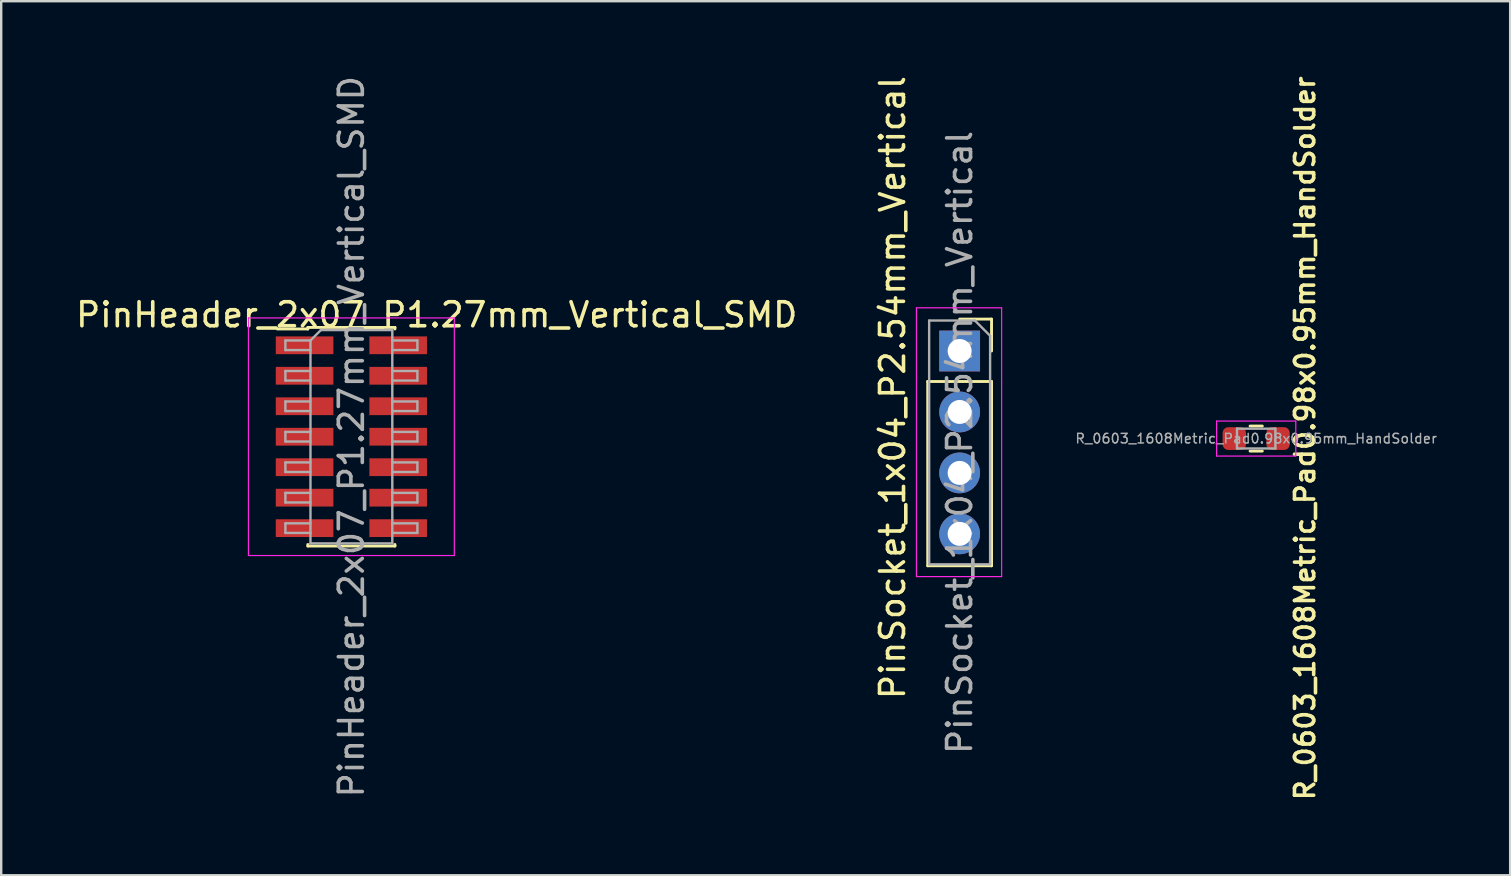
<source format=kicad_pcb>
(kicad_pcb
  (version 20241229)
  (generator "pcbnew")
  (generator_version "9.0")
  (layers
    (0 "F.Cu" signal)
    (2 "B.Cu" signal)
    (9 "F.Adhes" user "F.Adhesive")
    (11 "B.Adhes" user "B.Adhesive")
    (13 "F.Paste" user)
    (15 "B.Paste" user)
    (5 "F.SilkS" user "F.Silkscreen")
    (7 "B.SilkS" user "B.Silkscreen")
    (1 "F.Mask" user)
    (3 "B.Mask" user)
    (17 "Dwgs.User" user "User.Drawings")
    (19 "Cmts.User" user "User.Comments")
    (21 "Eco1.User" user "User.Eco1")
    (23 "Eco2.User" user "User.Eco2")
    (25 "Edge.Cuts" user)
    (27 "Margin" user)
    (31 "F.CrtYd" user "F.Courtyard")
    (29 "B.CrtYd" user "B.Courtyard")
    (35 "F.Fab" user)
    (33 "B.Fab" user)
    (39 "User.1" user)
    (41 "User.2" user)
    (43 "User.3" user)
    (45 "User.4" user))
  (footprint "PinSocket_1x04_P2.54mm_Vertical"
    (layer "F.Cu")
    (at 36.94 11.577)
    (property "Reference" "PinSocket_1x04_P2.54mm_Vertical" (at -2.794 1.524 270) (layer "F.SilkS") (effects (font (size 1 1) (thickness 0.15))))
    (attr through_hole)
    (fp_line (start -1.33 1.27) (end -1.33 8.95) (stroke (width 0.12) (type solid)) (layer "F.SilkS"))
    (fp_line (start -1.33 1.27) (end 1.33 1.27) (stroke (width 0.12) (type solid)) (layer "F.SilkS"))
    (fp_line (start -1.33 8.95) (end 1.33 8.95) (stroke (width 0.12) (type solid)) (layer "F.SilkS"))
    (fp_line (start 0 -1.33) (end 1.33 -1.33) (stroke (width 0.12) (type solid)) (layer "F.SilkS"))
    (fp_line (start 1.33 -1.33) (end 1.33 0) (stroke (width 0.12) (type solid)) (layer "F.SilkS"))
    (fp_line (start 1.33 1.27) (end 1.33 8.95) (stroke (width 0.12) (type solid)) (layer "F.SilkS"))
    (fp_line (start -1.8 -1.8) (end 1.75 -1.8) (stroke (width 0.05) (type solid)) (layer "F.CrtYd"))
    (fp_line (start -1.8 9.4) (end -1.8 -1.8) (stroke (width 0.05) (type solid)) (layer "F.CrtYd"))
    (fp_line (start 1.75 -1.8) (end 1.75 9.4) (stroke (width 0.05) (type solid)) (layer "F.CrtYd"))
    (fp_line (start 1.75 9.4) (end -1.8 9.4) (stroke (width 0.05) (type solid)) (layer "F.CrtYd"))
    (fp_line (start -1.27 -1.27) (end 0.635 -1.27) (stroke (width 0.1) (type solid)) (layer "F.Fab"))
    (fp_line (start -1.27 8.89) (end -1.27 -1.27) (stroke (width 0.1) (type solid)) (layer "F.Fab"))
    (fp_line (start 0.635 -1.27) (end 1.27 -0.635) (stroke (width 0.1) (type solid)) (layer "F.Fab"))
    (fp_line (start 1.27 -0.635) (end 1.27 8.89) (stroke (width 0.1) (type solid)) (layer "F.Fab"))
    (fp_line (start 1.27 8.89) (end -1.27 8.89) (stroke (width 0.1) (type solid)) (layer "F.Fab"))
    (fp_text user "${REFERENCE}" (at 0 3.81 90) (layer "F.Fab") (effects (font (size 1 1) (thickness 0.15))))
    (pad "1" thru_hole rect (at 0 0) (size 1.7 1.7) (drill 1) (layers "*.Cu" "*.Mask"))
    (pad "2" thru_hole circle (at 0 2.54) (size 1.7 1.7) (drill 1) (layers "*.Cu" "*.Mask"))
    (pad "3" thru_hole circle (at 0 5.08) (size 1.7 1.7) (drill 1) (layers "*.Cu" "*.Mask"))
    (pad "4" thru_hole circle (at 0 7.62) (size 1.7 1.7) (drill 1) (layers "*.Cu" "*.Mask")))
  (footprint "R_0603_1608Metric_Pad0.98x0.95mm_HandSolder"
    (layer "F.Cu")
    (at 49.298 15.226)
    (property "Reference" "R_0603_1608Metric_Pad0.98x0.95mm_HandSolder" (at 2.033 -0.014 90) (layer "F.SilkS") (effects (font (size 0.8 0.8) (thickness 0.15))))
    (attr smd)
    (fp_line (start -0.255 -0.522) (end 0.255 -0.522) (stroke (width 0.12) (type solid)) (layer "F.SilkS"))
    (fp_line (start -0.255 0.522) (end 0.255 0.522) (stroke (width 0.12) (type solid)) (layer "F.SilkS"))
    (fp_line (start -1.65 -0.73) (end 1.65 -0.73) (stroke (width 0.05) (type solid)) (layer "F.CrtYd"))
    (fp_line (start -1.65 0.73) (end -1.65 -0.73) (stroke (width 0.05) (type solid)) (layer "F.CrtYd"))
    (fp_line (start 1.65 -0.73) (end 1.65 0.73) (stroke (width 0.05) (type solid)) (layer "F.CrtYd"))
    (fp_line (start 1.65 0.73) (end -1.65 0.73) (stroke (width 0.05) (type solid)) (layer "F.CrtYd"))
    (fp_line (start -0.8 -0.412) (end 0.8 -0.412) (stroke (width 0.1) (type solid)) (layer "F.Fab"))
    (fp_line (start -0.8 0.412) (end -0.8 -0.412) (stroke (width 0.1) (type solid)) (layer "F.Fab"))
    (fp_line (start 0.8 -0.412) (end 0.8 0.412) (stroke (width 0.1) (type solid)) (layer "F.Fab"))
    (fp_line (start 0.8 0.412) (end -0.8 0.412) (stroke (width 0.1) (type solid)) (layer "F.Fab"))
    (fp_text user "${REFERENCE}" (at 0 0 0) (layer "F.Fab") (effects (font (size 0.4 0.4) (thickness 0.06))))
    (pad "1" smd roundrect (at -0.912 0) (size 0.975 0.95) (layers "F.Cu" "F.Mask" "F.Paste") (roundrect_rratio 0.25))
    (pad "2" smd roundrect (at 0.912 0) (size 0.975 0.95) (layers "F.Cu" "F.Mask" "F.Paste") (roundrect_rratio 0.25)))
  (footprint "PinHeader_2x07_P1.27mm_Vertical_SMD"
    (layer "F.Cu")
    (at 11.593 15.149)
    (property "Reference" "PinHeader_2x07_P1.27mm_Vertical_SMD" (at 3.556 -5.08 0) (layer "F.SilkS") (effects (font (size 1 1) (thickness 0.15))))
    (attr smd)
    (fp_line (start -3.09 -4.49) (end -1.815 -4.49) (stroke (width 0.12) (type solid)) (layer "F.SilkS"))
    (fp_line (start -1.815 -4.555) (end -1.815 -4.49) (stroke (width 0.12) (type solid)) (layer "F.SilkS"))
    (fp_line (start -1.815 -4.555) (end 1.815 -4.555) (stroke (width 0.12) (type solid)) (layer "F.SilkS"))
    (fp_line (start -1.815 4.49) (end -1.815 4.555) (stroke (width 0.12) (type solid)) (layer "F.SilkS"))
    (fp_line (start -1.815 4.555) (end 1.815 4.555) (stroke (width 0.12) (type solid)) (layer "F.SilkS"))
    (fp_line (start 1.815 -4.555) (end 1.815 -4.49) (stroke (width 0.12) (type solid)) (layer "F.SilkS"))
    (fp_line (start 1.815 4.49) (end 1.815 4.555) (stroke (width 0.12) (type solid)) (layer "F.SilkS"))
    (fp_line (start -4.29 -4.95) (end -4.29 4.95) (stroke (width 0.05) (type solid)) (layer "F.CrtYd"))
    (fp_line (start -4.29 4.95) (end 4.29 4.95) (stroke (width 0.05) (type solid)) (layer "F.CrtYd"))
    (fp_line (start 4.29 -4.95) (end -4.29 -4.95) (stroke (width 0.05) (type solid)) (layer "F.CrtYd"))
    (fp_line (start 4.29 4.95) (end 4.29 -4.95) (stroke (width 0.05) (type solid)) (layer "F.CrtYd"))
    (fp_line (start -2.75 -4.01) (end -2.75 -3.61) (stroke (width 0.1) (type solid)) (layer "F.Fab"))
    (fp_line (start -2.75 -3.61) (end -1.705 -3.61) (stroke (width 0.1) (type solid)) (layer "F.Fab"))
    (fp_line (start -2.75 -2.74) (end -2.75 -2.34) (stroke (width 0.1) (type solid)) (layer "F.Fab"))
    (fp_line (start -2.75 -2.34) (end -1.705 -2.34) (stroke (width 0.1) (type solid)) (layer "F.Fab"))
    (fp_line (start -2.75 -1.47) (end -2.75 -1.07) (stroke (width 0.1) (type solid)) (layer "F.Fab"))
    (fp_line (start -2.75 -1.07) (end -1.705 -1.07) (stroke (width 0.1) (type solid)) (layer "F.Fab"))
    (fp_line (start -2.75 -0.2) (end -2.75 0.2) (stroke (width 0.1) (type solid)) (layer "F.Fab"))
    (fp_line (start -2.75 0.2) (end -1.705 0.2) (stroke (width 0.1) (type solid)) (layer "F.Fab"))
    (fp_line (start -2.75 1.07) (end -2.75 1.47) (stroke (width 0.1) (type solid)) (layer "F.Fab"))
    (fp_line (start -2.75 1.47) (end -1.705 1.47) (stroke (width 0.1) (type solid)) (layer "F.Fab"))
    (fp_line (start -2.75 2.34) (end -2.75 2.74) (stroke (width 0.1) (type solid)) (layer "F.Fab"))
    (fp_line (start -2.75 2.74) (end -1.705 2.74) (stroke (width 0.1) (type solid)) (layer "F.Fab"))
    (fp_line (start -2.75 3.61) (end -2.75 4.01) (stroke (width 0.1) (type solid)) (layer "F.Fab"))
    (fp_line (start -2.75 4.01) (end -1.705 4.01) (stroke (width 0.1) (type solid)) (layer "F.Fab"))
    (fp_line (start -1.705 -4.01) (end -2.75 -4.01) (stroke (width 0.1) (type solid)) (layer "F.Fab"))
    (fp_line (start -1.705 -4.01) (end -1.27 -4.445) (stroke (width 0.1) (type solid)) (layer "F.Fab"))
    (fp_line (start -1.705 -2.74) (end -2.75 -2.74) (stroke (width 0.1) (type solid)) (layer "F.Fab"))
    (fp_line (start -1.705 -1.47) (end -2.75 -1.47) (stroke (width 0.1) (type solid)) (layer "F.Fab"))
    (fp_line (start -1.705 -0.2) (end -2.75 -0.2) (stroke (width 0.1) (type solid)) (layer "F.Fab"))
    (fp_line (start -1.705 1.07) (end -2.75 1.07) (stroke (width 0.1) (type solid)) (layer "F.Fab"))
    (fp_line (start -1.705 2.34) (end -2.75 2.34) (stroke (width 0.1) (type solid)) (layer "F.Fab"))
    (fp_line (start -1.705 3.61) (end -2.75 3.61) (stroke (width 0.1) (type solid)) (layer "F.Fab"))
    (fp_line (start -1.705 4.445) (end -1.705 -4.01) (stroke (width 0.1) (type solid)) (layer "F.Fab"))
    (fp_line (start -1.27 -4.445) (end 1.705 -4.445) (stroke (width 0.1) (type solid)) (layer "F.Fab"))
    (fp_line (start 1.705 -4.445) (end 1.705 4.445) (stroke (width 0.1) (type solid)) (layer "F.Fab"))
    (fp_line (start 1.705 -4.01) (end 2.75 -4.01) (stroke (width 0.1) (type solid)) (layer "F.Fab"))
    (fp_line (start 1.705 -2.74) (end 2.75 -2.74) (stroke (width 0.1) (type solid)) (layer "F.Fab"))
    (fp_line (start 1.705 -1.47) (end 2.75 -1.47) (stroke (width 0.1) (type solid)) (layer "F.Fab"))
    (fp_line (start 1.705 -0.2) (end 2.75 -0.2) (stroke (width 0.1) (type solid)) (layer "F.Fab"))
    (fp_line (start 1.705 1.07) (end 2.75 1.07) (stroke (width 0.1) (type solid)) (layer "F.Fab"))
    (fp_line (start 1.705 2.34) (end 2.75 2.34) (stroke (width 0.1) (type solid)) (layer "F.Fab"))
    (fp_line (start 1.705 3.61) (end 2.75 3.61) (stroke (width 0.1) (type solid)) (layer "F.Fab"))
    (fp_line (start 1.705 4.445) (end -1.705 4.445) (stroke (width 0.1) (type solid)) (layer "F.Fab"))
    (fp_line (start 2.75 -4.01) (end 2.75 -3.61) (stroke (width 0.1) (type solid)) (layer "F.Fab"))
    (fp_line (start 2.75 -3.61) (end 1.705 -3.61) (stroke (width 0.1) (type solid)) (layer "F.Fab"))
    (fp_line (start 2.75 -2.74) (end 2.75 -2.34) (stroke (width 0.1) (type solid)) (layer "F.Fab"))
    (fp_line (start 2.75 -2.34) (end 1.705 -2.34) (stroke (width 0.1) (type solid)) (layer "F.Fab"))
    (fp_line (start 2.75 -1.47) (end 2.75 -1.07) (stroke (width 0.1) (type solid)) (layer "F.Fab"))
    (fp_line (start 2.75 -1.07) (end 1.705 -1.07) (stroke (width 0.1) (type solid)) (layer "F.Fab"))
    (fp_line (start 2.75 -0.2) (end 2.75 0.2) (stroke (width 0.1) (type solid)) (layer "F.Fab"))
    (fp_line (start 2.75 0.2) (end 1.705 0.2) (stroke (width 0.1) (type solid)) (layer "F.Fab"))
    (fp_line (start 2.75 1.07) (end 2.75 1.47) (stroke (width 0.1) (type solid)) (layer "F.Fab"))
    (fp_line (start 2.75 1.47) (end 1.705 1.47) (stroke (width 0.1) (type solid)) (layer "F.Fab"))
    (fp_line (start 2.75 2.34) (end 2.75 2.74) (stroke (width 0.1) (type solid)) (layer "F.Fab"))
    (fp_line (start 2.75 2.74) (end 1.705 2.74) (stroke (width 0.1) (type solid)) (layer "F.Fab"))
    (fp_line (start 2.75 3.61) (end 2.75 4.01) (stroke (width 0.1) (type solid)) (layer "F.Fab"))
    (fp_line (start 2.75 4.01) (end 1.705 4.01) (stroke (width 0.1) (type solid)) (layer "F.Fab"))
    (fp_text user "${REFERENCE}" (at 0 0 90) (layer "F.Fab") (effects (font (size 1 1) (thickness 0.15))))
    (pad "1" smd rect (at -1.95 -3.81) (size 2.4 0.74) (layers "F.Cu" "F.Mask" "F.Paste"))
    (pad "2" smd rect (at 1.95 -3.81) (size 2.4 0.74) (layers "F.Cu" "F.Mask" "F.Paste"))
    (pad "3" smd rect (at -1.95 -2.54) (size 2.4 0.74) (layers "F.Cu" "F.Mask" "F.Paste"))
    (pad "4" smd rect (at 1.95 -2.54) (size 2.4 0.74) (layers "F.Cu" "F.Mask" "F.Paste"))
    (pad "5" smd rect (at -1.95 -1.27) (size 2.4 0.74) (layers "F.Cu" "F.Mask" "F.Paste"))
    (pad "6" smd rect (at 1.95 -1.27) (size 2.4 0.74) (layers "F.Cu" "F.Mask" "F.Paste"))
    (pad "7" smd rect (at -1.95 0) (size 2.4 0.74) (layers "F.Cu" "F.Mask" "F.Paste"))
    (pad "8" smd rect (at 1.95 0) (size 2.4 0.74) (layers "F.Cu" "F.Mask" "F.Paste"))
    (pad "9" smd rect (at -1.95 1.27) (size 2.4 0.74) (layers "F.Cu" "F.Mask" "F.Paste"))
    (pad "10" smd rect (at 1.95 1.27) (size 2.4 0.74) (layers "F.Cu" "F.Mask" "F.Paste"))
    (pad "11" smd rect (at -1.95 2.54) (size 2.4 0.74) (layers "F.Cu" "F.Mask" "F.Paste"))
    (pad "12" smd rect (at 1.95 2.54) (size 2.4 0.74) (layers "F.Cu" "F.Mask" "F.Paste"))
    (pad "13" smd rect (at -1.95 3.81) (size 2.4 0.74) (layers "F.Cu" "F.Mask" "F.Paste"))
    (pad "14" smd rect (at 1.95 3.81) (size 2.4 0.74) (layers "F.Cu" "F.Mask" "F.Paste")))
  (gr_rect
    (start -3 -3)
    (end 59.882 33.423)
    (stroke (width 0.1) (type default))
    (fill no)
    (layer "Edge.Cuts")))
</source>
